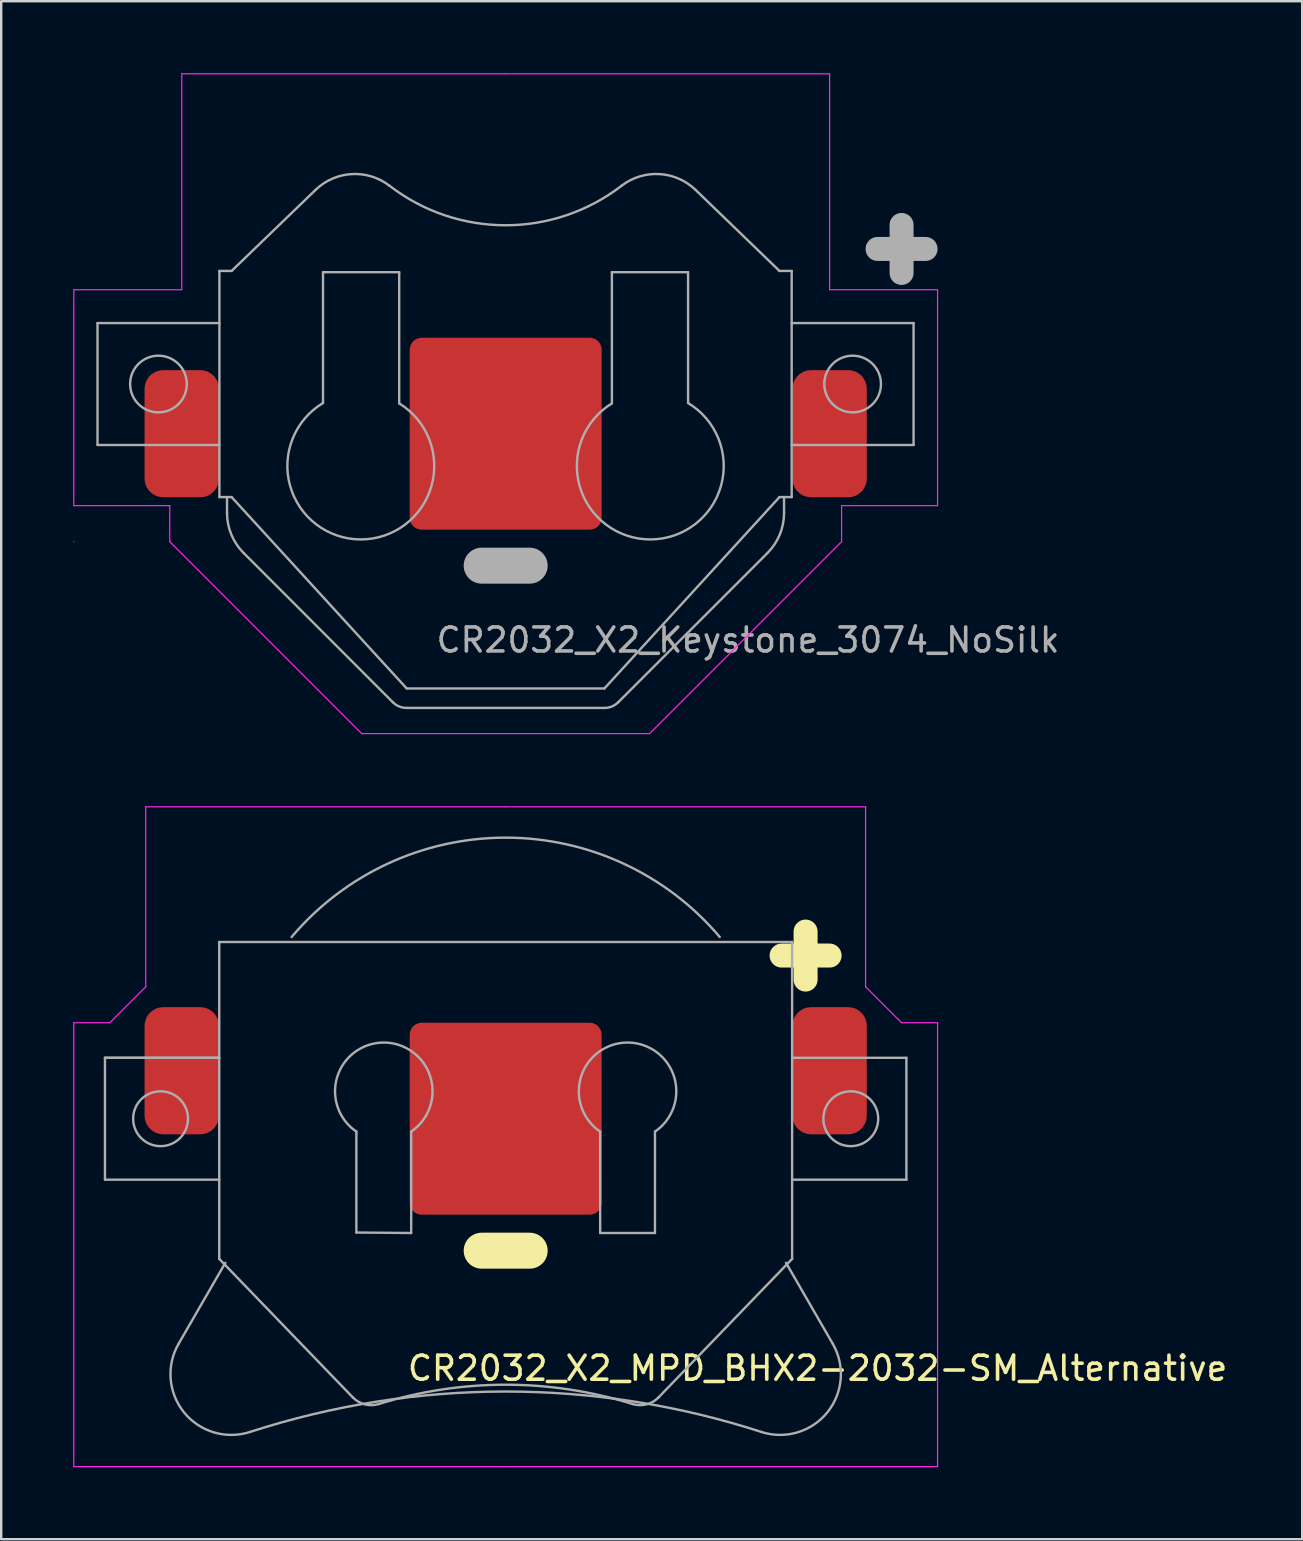
<source format=kicad_pcb>
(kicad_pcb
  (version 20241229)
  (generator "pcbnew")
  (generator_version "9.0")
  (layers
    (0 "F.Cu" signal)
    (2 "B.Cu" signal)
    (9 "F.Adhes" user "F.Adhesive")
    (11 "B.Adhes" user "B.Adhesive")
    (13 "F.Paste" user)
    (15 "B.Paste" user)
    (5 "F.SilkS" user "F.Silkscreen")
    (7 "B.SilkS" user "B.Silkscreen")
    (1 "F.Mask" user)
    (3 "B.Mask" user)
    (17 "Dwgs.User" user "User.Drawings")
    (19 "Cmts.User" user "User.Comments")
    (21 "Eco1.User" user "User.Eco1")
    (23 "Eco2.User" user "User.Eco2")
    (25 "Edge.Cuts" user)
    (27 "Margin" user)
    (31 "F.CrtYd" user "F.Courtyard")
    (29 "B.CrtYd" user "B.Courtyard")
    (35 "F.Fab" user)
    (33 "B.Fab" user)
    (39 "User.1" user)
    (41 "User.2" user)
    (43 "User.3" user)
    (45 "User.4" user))
  (footprint "CR2032_X2_Keystone_3074_NoSilk"
    (layer "F.Cu")
    (at 18.025 15.025)
    (property "Reference" "CR2032_X2_Keystone_3074_NoSilk" (at 10.1 8.6 0) (layer "F.Fab") (effects (font (size 1 1) (thickness 0.15))))
    (attr through_hole)
    (fp_line (start -18 -6) (end -13.5 -6) (stroke (width 0.05) (type solid)) (layer "F.CrtYd"))
    (fp_line (start -18 3) (end -18 -6) (stroke (width 0.05) (type solid)) (layer "F.CrtYd"))
    (fp_line (start -18 4.5) (end -18 4.5) (stroke (width 0.05) (type solid)) (layer "F.CrtYd"))
    (fp_line (start -14 3) (end -18 3) (stroke (width 0.05) (type solid)) (layer "F.CrtYd"))
    (fp_line (start -14 4.5) (end -14 3) (stroke (width 0.05) (type solid)) (layer "F.CrtYd"))
    (fp_line (start -13.5 -15) (end 0 -15) (stroke (width 0.05) (type solid)) (layer "F.CrtYd"))
    (fp_line (start -13.5 -6) (end -13.5 -15) (stroke (width 0.05) (type solid)) (layer "F.CrtYd"))
    (fp_line (start -6 12.5) (end -14 4.5) (stroke (width 0.05) (type solid)) (layer "F.CrtYd"))
    (fp_line (start -6 12.5) (end 0 12.5) (stroke (width 0.05) (type solid)) (layer "F.CrtYd"))
    (fp_line (start 6 12.5) (end 0 12.5) (stroke (width 0.05) (type solid)) (layer "F.CrtYd"))
    (fp_line (start 6 12.5) (end 14 4.5) (stroke (width 0.05) (type solid)) (layer "F.CrtYd"))
    (fp_line (start 13.5 -15) (end 0 -15) (stroke (width 0.05) (type solid)) (layer "F.CrtYd"))
    (fp_line (start 13.5 -6) (end 13.5 -15) (stroke (width 0.05) (type solid)) (layer "F.CrtYd"))
    (fp_line (start 14 3) (end 18 3) (stroke (width 0.05) (type solid)) (layer "F.CrtYd"))
    (fp_line (start 14 4.5) (end 14 3) (stroke (width 0.05) (type solid)) (layer "F.CrtYd"))
    (fp_line (start 18 -6) (end 13.5 -6) (stroke (width 0.05) (type solid)) (layer "F.CrtYd"))
    (fp_line (start 18 3) (end 18 -6) (stroke (width 0.05) (type solid)) (layer "F.CrtYd"))
    (fp_line (start -17.011 -4.61) (end -11.931 -4.61) (stroke (width 0.1) (type solid)) (layer "F.Fab"))
    (fp_line (start -17.011 0.47) (end -17.011 -4.61) (stroke (width 0.1) (type solid)) (layer "F.Fab"))
    (fp_line (start -11.931 -6.782) (end -11.931 2.642) (stroke (width 0.1) (type solid)) (layer "F.Fab"))
    (fp_line (start -11.931 0.47) (end -17.011 0.47) (stroke (width 0.1) (type solid)) (layer "F.Fab"))
    (fp_line (start -11.931 2.642) (end -11.423 2.642) (stroke (width 0.1) (type solid)) (layer "F.Fab"))
    (fp_line (start -11.613 3.302) (end -11.613 2.642) (stroke (width 0.1) (type solid)) (layer "F.Fab"))
    (fp_line (start -11.423 -6.782) (end -11.931 -6.782) (stroke (width 0.1) (type solid)) (layer "F.Fab"))
    (fp_line (start -11.423 2.642) (end -4.127 10.617) (stroke (width 0.1) (type solid)) (layer "F.Fab"))
    (fp_line (start -7.924 -10.161) (end -11.423 -6.782) (stroke (width 0.1) (type solid)) (layer "F.Fab"))
    (fp_line (start -7.613 -6.731) (end -7.613 -1.278) (stroke (width 0.1) (type solid)) (layer "F.Fab"))
    (fp_line (start -4.702 11.192) (end -10.921 4.972) (stroke (width 0.1) (type solid)) (layer "F.Fab"))
    (fp_line (start -4.438 -6.731) (end -7.613 -6.731) (stroke (width 0.1) (type solid)) (layer "F.Fab"))
    (fp_line (start -4.438 -1.263) (end -4.438 -6.731) (stroke (width 0.1) (type solid)) (layer "F.Fab"))
    (fp_line (start -4.127 10.617) (end 4.116 10.617) (stroke (width 0.1) (type solid)) (layer "F.Fab"))
    (fp_line (start -1 5.5) (end 1 5.5) (stroke (width 1.5) (type solid)) (layer "F.Fab"))
    (fp_line (start 4.116 11.43) (end -4.127 11.43) (stroke (width 0.1) (type solid)) (layer "F.Fab"))
    (fp_line (start 4.427 -6.731) (end 4.427 -1.263) (stroke (width 0.1) (type solid)) (layer "F.Fab"))
    (fp_line (start 7.602 -6.731) (end 4.427 -6.731) (stroke (width 0.1) (type solid)) (layer "F.Fab"))
    (fp_line (start 7.602 -1.278) (end 7.602 -6.731) (stroke (width 0.1) (type solid)) (layer "F.Fab"))
    (fp_line (start 7.913 -10.161) (end 11.412 -6.782) (stroke (width 0.1) (type solid)) (layer "F.Fab"))
    (fp_line (start 10.911 4.972) (end 4.691 11.192) (stroke (width 0.1) (type solid)) (layer "F.Fab"))
    (fp_line (start 11.412 -6.782) (end 11.92 -6.782) (stroke (width 0.1) (type solid)) (layer "F.Fab"))
    (fp_line (start 11.412 2.642) (end 4.116 10.617) (stroke (width 0.1) (type solid)) (layer "F.Fab"))
    (fp_line (start 11.602 3.302) (end 11.602 2.642) (stroke (width 0.1) (type solid)) (layer "F.Fab"))
    (fp_line (start 11.92 -6.782) (end 11.92 2.642) (stroke (width 0.1) (type solid)) (layer "F.Fab"))
    (fp_line (start 11.92 0.47) (end 17 0.47) (stroke (width 0.1) (type solid)) (layer "F.Fab"))
    (fp_line (start 11.92 2.642) (end 11.412 2.642) (stroke (width 0.1) (type solid)) (layer "F.Fab"))
    (fp_line (start 15.5 -7.7) (end 17.5 -7.7) (stroke (width 1) (type solid)) (layer "F.Fab"))
    (fp_line (start 16.5 -6.7) (end 16.5 -8.7) (stroke (width 1) (type solid)) (layer "F.Fab"))
    (fp_line (start 17 -4.61) (end 11.92 -4.61) (stroke (width 0.1) (type solid)) (layer "F.Fab"))
    (fp_line (start 17 0.47) (end 17 -4.61) (stroke (width 0.1) (type solid)) (layer "F.Fab"))
    (fp_arc (start -10.921228 4.972428) (mid -11.433288 4.206075) (end -11.6131 3.3021) (stroke (width 0.1) (type solid)) (layer "F.Fab"))
    (fp_arc (start -7.923587 -10.160937) (mid -6.414399 -10.8203) (end -4.841142 -10.333197) (stroke (width 0.1) (type solid)) (layer "F.Fab"))
    (fp_arc (start -4.4376 -1.26277) (mid -6.052654 4.406964) (end -7.6126 -1.278179) (stroke (width 0.1) (type solid)) (layer "F.Fab"))
    (fp_arc (start -4.126882 11.4301) (mid -4.437927 11.368229) (end -4.701619 11.192036) (stroke (width 0.1) (type solid)) (layer "F.Fab"))
    (fp_arc (start 4.691019 11.192036) (mid 4.427326 11.368223) (end 4.116282 11.4301) (stroke (width 0.1) (type solid)) (layer "F.Fab"))
    (fp_arc (start 4.830542 -10.333197) (mid -0.0053 -8.6867) (end -4.841142 -10.333197) (stroke (width 0.1) (type solid)) (layer "F.Fab"))
    (fp_arc (start 4.830542 -10.333197) (mid 6.403801 -10.820303) (end 7.912987 -10.160937) (stroke (width 0.1) (type solid)) (layer "F.Fab"))
    (fp_arc (start 7.602 -1.278179) (mid 6.042054 4.406964) (end 4.427 -1.26277) (stroke (width 0.1) (type solid)) (layer "F.Fab"))
    (fp_arc (start 11.6025 3.3021) (mid 11.422688 4.206075) (end 10.910628 4.972428) (stroke (width 0.1) (type solid)) (layer "F.Fab"))
    (fp_circle (center -14.471 -2.07) (end -13.29 -2.07) (stroke (width 0.1) (type solid)) (fill no) (layer "F.Fab"))
    (fp_circle (center 14.46 -2.07) (end 15.641 -2.07) (stroke (width 0.1) (type solid)) (fill no) (layer "F.Fab"))
    (pad "1" smd roundrect (at -13.5 0) (size 3.1 5.3) (layers "F.Cu" "F.Mask" "F.Paste") (roundrect_rratio 0.25))
    (pad "1" smd roundrect (at 13.5 0) (size 3.1 5.3) (layers "F.Cu" "F.Mask" "F.Paste") (roundrect_rratio 0.25))
    (pad "2" smd roundrect (at 0 0) (size 8 8) (layers "F.Cu" "F.Mask") (roundrect_rratio 0.062)))
  (footprint "CR2032_X2_MPD_BHX2-2032-SM_Alternative"
    (layer "F.Cu")
    (at 18.025 43.575)
    (property "Reference" "CR2032_X2_MPD_BHX2-2032-SM_Alternative" (at 13 10.4 0) (layer "F.SilkS") (effects (font (size 1 1) (thickness 0.15))))
    (attr through_hole)
    (fp_line (start -1 5.5) (end 1 5.5) (stroke (width 1.5) (type solid)) (layer "F.SilkS"))
    (fp_line (start 11.5 -6.8) (end 13.5 -6.8) (stroke (width 1) (type solid)) (layer "F.SilkS"))
    (fp_line (start 12.5 -5.8) (end 12.5 -7.8) (stroke (width 1) (type solid)) (layer "F.SilkS"))
    (fp_line (start -18 -4) (end -16.5 -4) (stroke (width 0.05) (type solid)) (layer "F.CrtYd"))
    (fp_line (start -18 14.5) (end -18 -4) (stroke (width 0.05) (type solid)) (layer "F.CrtYd"))
    (fp_line (start -18 14.5) (end 0 14.5) (stroke (width 0.05) (type solid)) (layer "F.CrtYd"))
    (fp_line (start -16.5 -4) (end -15 -5.5) (stroke (width 0.05) (type solid)) (layer "F.CrtYd"))
    (fp_line (start -15 -13) (end 0 -13) (stroke (width 0.05) (type solid)) (layer "F.CrtYd"))
    (fp_line (start -15 -5.5) (end -15 -13) (stroke (width 0.05) (type solid)) (layer "F.CrtYd"))
    (fp_line (start 15 -13) (end 0 -13) (stroke (width 0.05) (type solid)) (layer "F.CrtYd"))
    (fp_line (start 15 -5.5) (end 15 -13) (stroke (width 0.05) (type solid)) (layer "F.CrtYd"))
    (fp_line (start 16.5 -4) (end 15 -5.5) (stroke (width 0.05) (type solid)) (layer "F.CrtYd"))
    (fp_line (start 18 -4) (end 16.5 -4) (stroke (width 0.05) (type solid)) (layer "F.CrtYd"))
    (fp_line (start 18 14.5) (end 0 14.5) (stroke (width 0.05) (type solid)) (layer "F.CrtYd"))
    (fp_line (start 18 14.5) (end 18 -4) (stroke (width 0.05) (type solid)) (layer "F.CrtYd"))
    (fp_line (start -16.7 -2.54) (end -11.938 -2.54) (stroke (width 0.1) (type solid)) (layer "F.Fab"))
    (fp_line (start -16.7 2.54) (end -16.7 -2.54) (stroke (width 0.1) (type solid)) (layer "F.Fab"))
    (fp_line (start -16.7 2.54) (end -11.938 2.54) (stroke (width 0.1) (type solid)) (layer "F.Fab"))
    (fp_line (start -13.631 9.378) (end -11.684 6.006) (stroke (width 0.1) (type solid)) (layer "F.Fab"))
    (fp_line (start -11.938 -7.366) (end 11.938 -7.366) (stroke (width 0.1) (type solid)) (layer "F.Fab"))
    (fp_line (start -11.938 -2.54) (end -16.7 -2.54) (stroke (width 0.1) (type solid)) (layer "F.Fab"))
    (fp_line (start -11.938 5.842) (end -11.938 -7.366) (stroke (width 0.1) (type solid)) (layer "F.Fab"))
    (fp_line (start -6.361 11.625) (end -11.938 5.842) (stroke (width 0.1) (type solid)) (layer "F.Fab"))
    (fp_line (start -6.223 0.537) (end -6.223 4.743) (stroke (width 0.1) (type solid)) (layer "F.Fab"))
    (fp_line (start -6.223 4.743) (end -3.938 4.763) (stroke (width 0.1) (type solid)) (layer "F.Fab"))
    (fp_line (start -3.938 4.763) (end -3.937 0.537) (stroke (width 0.1) (type solid)) (layer "F.Fab"))
    (fp_line (start 3.937 0.537) (end 3.938 4.763) (stroke (width 0.1) (type solid)) (layer "F.Fab"))
    (fp_line (start 3.938 4.763) (end 6.222 4.763) (stroke (width 0.1) (type solid)) (layer "F.Fab"))
    (fp_line (start 6.222 4.763) (end 6.223 0.537) (stroke (width 0.1) (type solid)) (layer "F.Fab"))
    (fp_line (start 11.684 6.006) (end 13.631 9.378) (stroke (width 0.1) (type solid)) (layer "F.Fab"))
    (fp_line (start 11.938 -7.366) (end 11.938 5.842) (stroke (width 0.1) (type solid)) (layer "F.Fab"))
    (fp_line (start 11.938 5.842) (end 6.361 11.625) (stroke (width 0.1) (type solid)) (layer "F.Fab"))
    (fp_line (start 16.701 -2.54) (end 11.938 -2.54) (stroke (width 0.1) (type solid)) (layer "F.Fab"))
    (fp_line (start 16.701 -2.54) (end 16.701 2.54) (stroke (width 0.1) (type solid)) (layer "F.Fab"))
    (fp_line (start 16.701 2.54) (end 11.938 2.54) (stroke (width 0.1) (type solid)) (layer "F.Fab"))
    (fp_arc (start -10.654989 13.054318) (mid -13.40586 12.238128) (end -13.630562 9.37754) (stroke (width 0.1) (type solid)) (layer "F.Fab"))
    (fp_arc (start -10.654989 13.054318) (mid 0.000008 11.370004) (end 10.655005 13.054318) (stroke (width 0.1) (type solid)) (layer "F.Fab"))
    (fp_arc (start -8.922264 -7.573951) (mid 0.000008 -11.714151) (end 8.92228 -7.573951) (stroke (width 0.1) (type solid)) (layer "F.Fab"))
    (fp_arc (start -6.222992 0.53722) (mid -5.079992 -3.174832) (end -3.936992 0.53722) (stroke (width 0.1) (type solid)) (layer "F.Fab"))
    (fp_arc (start -5.285989 11.889754) (mid -5.860676 11.907027) (end -6.361448 11.624555) (stroke (width 0.1) (type solid)) (layer "F.Fab"))
    (fp_arc (start -5.285989 11.889754) (mid 0.000008 11.085814) (end 5.286005 11.889754) (stroke (width 0.1) (type solid)) (layer "F.Fab"))
    (fp_arc (start 3.937008 0.53722) (mid 5.080008 -3.174832) (end 6.223008 0.53722) (stroke (width 0.1) (type solid)) (layer "F.Fab"))
    (fp_arc (start 6.361464 11.624555) (mid 5.860692 11.907025) (end 5.286005 11.889754) (stroke (width 0.1) (type solid)) (layer "F.Fab"))
    (fp_arc (start 13.630578 9.37754) (mid 13.405876 12.238106) (end 10.655005 13.054318) (stroke (width 0.1) (type solid)) (layer "F.Fab"))
    (fp_circle (center -14.383 0.000168) (end -13.24 0.000168) (stroke (width 0.1) (type solid)) (fill no) (layer "F.Fab"))
    (fp_circle (center 14.383 0.000168) (end 15.526 0.000168) (stroke (width 0.1) (type solid)) (fill no) (layer "F.Fab"))
    (pad "1" smd roundrect (at -13.5 -2) (size 3.1 5.3) (layers "F.Cu" "F.Mask" "F.Paste") (roundrect_rratio 0.25))
    (pad "1" smd roundrect (at 13.5 -2) (size 3.1 5.3) (layers "F.Cu" "F.Mask" "F.Paste") (roundrect_rratio 0.25))
    (pad "2" smd roundrect (at 0 0) (size 8 8) (layers "F.Cu" "F.Mask") (roundrect_rratio 0.062)))
  (gr_rect
    (start -3 -3)
    (end 51.221 61.1)
    (stroke (width 0.1) (type default))
    (fill no)
    (layer "Edge.Cuts")))
</source>
